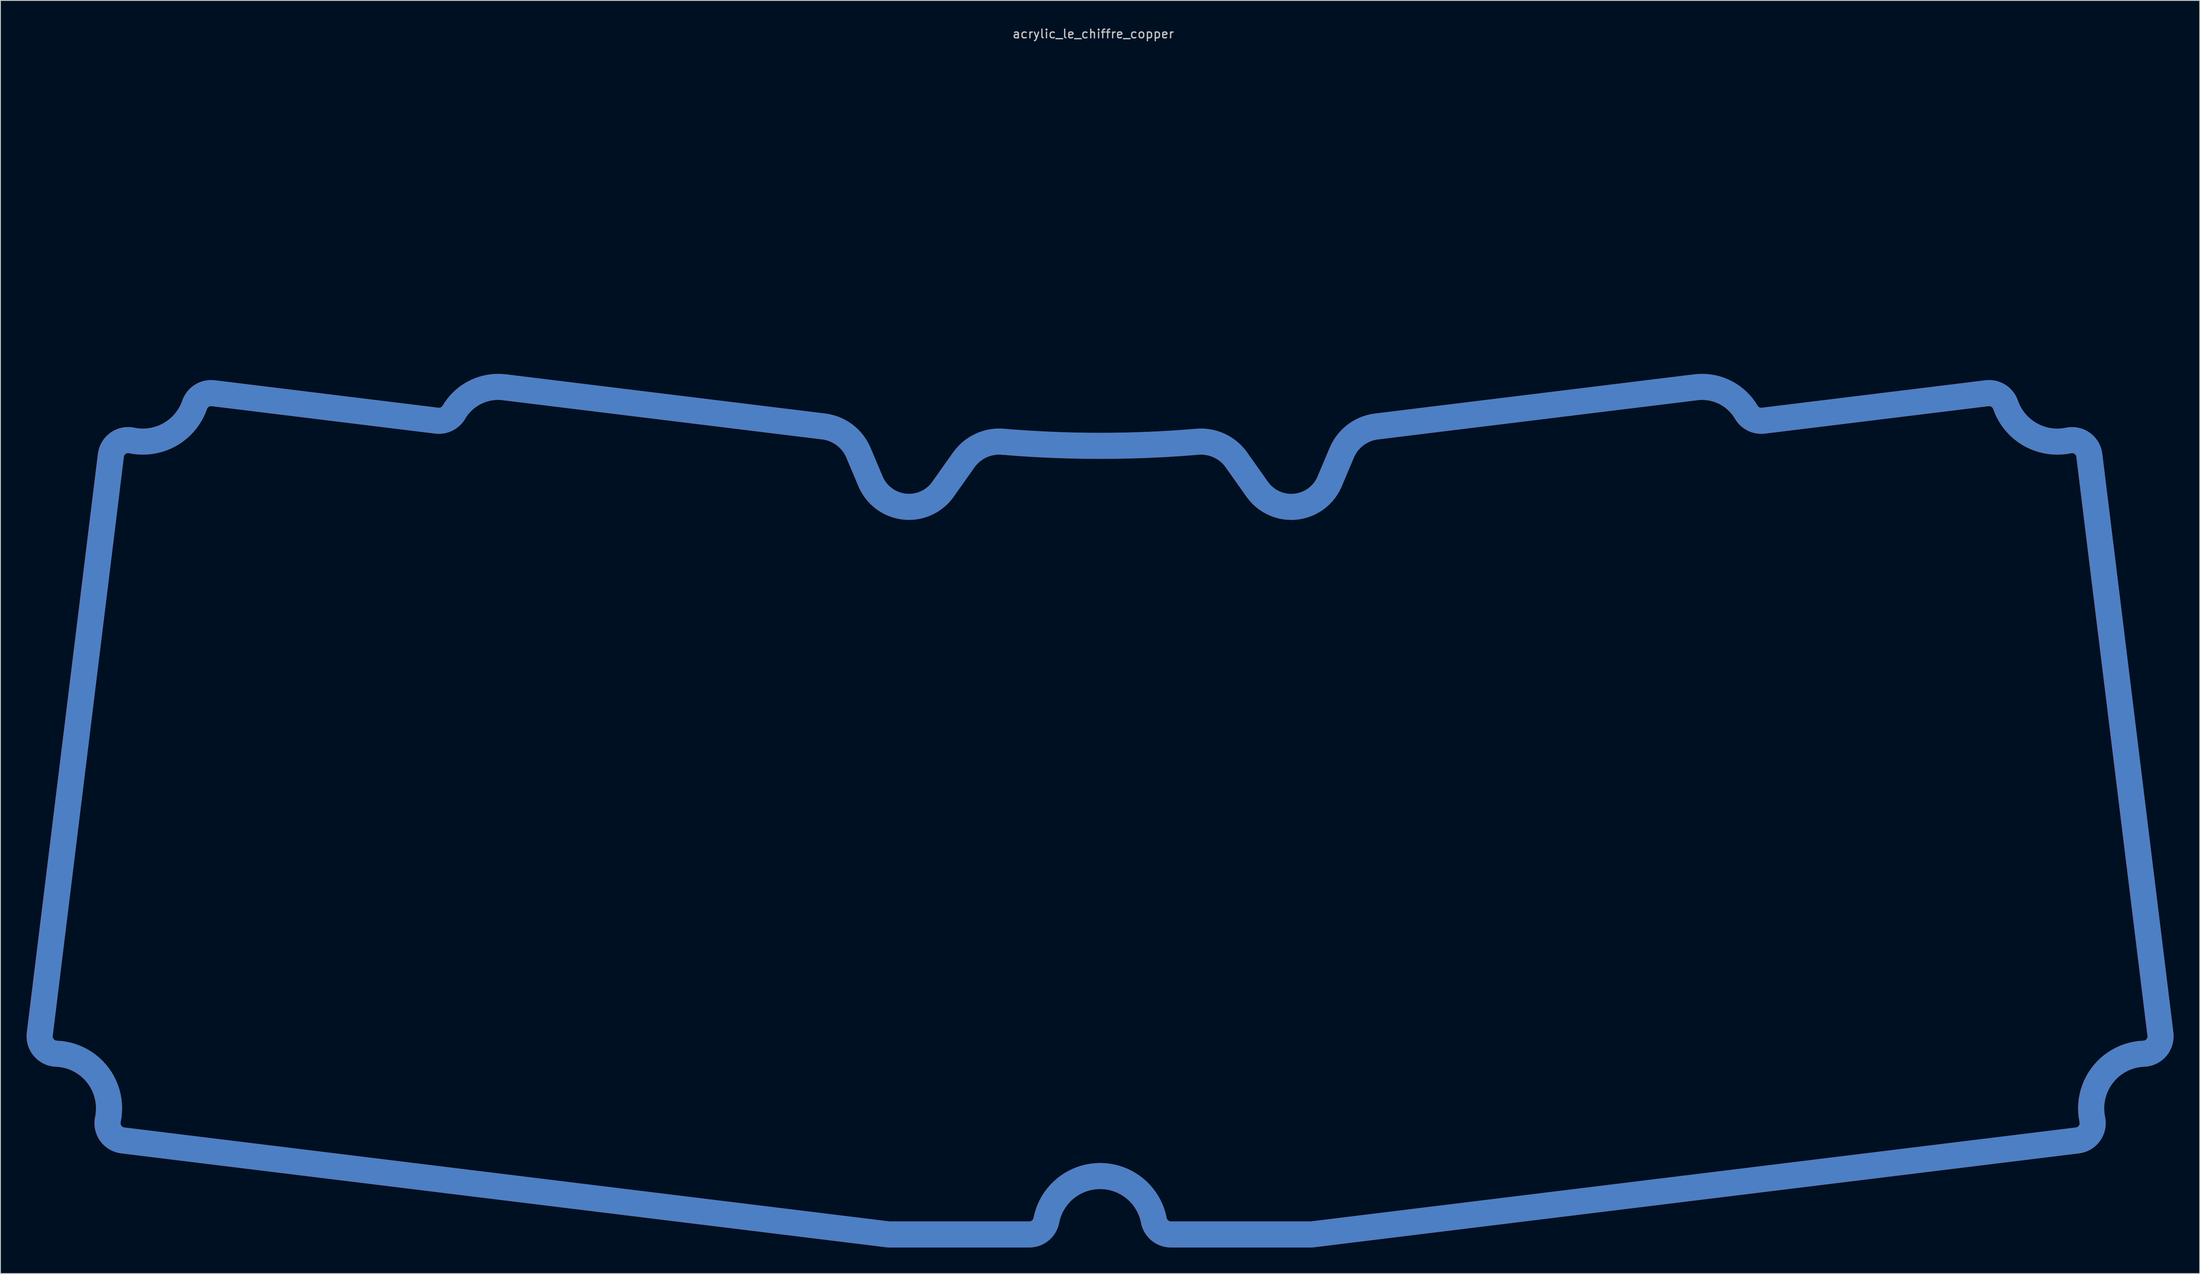
<source format=kicad_pcb>
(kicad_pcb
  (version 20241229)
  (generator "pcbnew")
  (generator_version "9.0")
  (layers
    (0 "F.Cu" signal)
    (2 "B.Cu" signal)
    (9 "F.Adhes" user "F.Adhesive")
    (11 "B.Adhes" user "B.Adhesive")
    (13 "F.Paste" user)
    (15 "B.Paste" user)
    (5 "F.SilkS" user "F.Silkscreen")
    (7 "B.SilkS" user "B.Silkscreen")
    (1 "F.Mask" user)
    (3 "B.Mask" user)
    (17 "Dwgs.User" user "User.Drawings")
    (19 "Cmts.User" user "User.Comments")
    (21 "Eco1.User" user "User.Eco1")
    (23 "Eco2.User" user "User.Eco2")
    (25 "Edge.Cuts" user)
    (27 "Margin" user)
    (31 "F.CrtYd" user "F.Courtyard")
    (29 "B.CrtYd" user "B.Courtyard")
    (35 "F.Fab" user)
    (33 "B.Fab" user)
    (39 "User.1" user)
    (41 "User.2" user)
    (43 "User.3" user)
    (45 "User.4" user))
  (footprint "acrylic_le_chiffre_copper"
    (layer "F.Cu")
    (at 122.439 63.554)
    (property "Reference" "acrylic_le_chiffre_copper" (at 0.338 -62.705 0) (layer "Dwgs.User") (effects (font (size 1 1) (thickness 0.15))))
    (attr through_hole)
    (pad "1" smd custom (at -48.23 -19.657) (size 1.524 1.524) (layers "F.Cu" "F.Mask") (options (anchor circle)) (primitives (gr_arc (start 163.546629 81.952646) (mid 164.748172 76.781572) (end 169.474964 74.364725) (width 3)) (gr_line (start 117.909 -2.358) (end 81.158 2.155) (width 3)) (gr_arc (start 117.90915 -2.357806) (mid 121.242288 -1.791059) (end 123.716997 0.512595) (width 3)) (gr_line (start 17.534 2.155) (end -19.219 -2.358) (width 3)) (gr_arc (start 43.160025 93.55144) (mid 42.469239 94.714132) (end 41.196466 95.171391) (width 3)) (gr_arc (start 31.198897 9.471428) (mid 26.833468 11.380866) (end 22.973341 8.587597) (width 3)) (gr_line (start 151.426 -1.675) (end 125.686 1.486) (width 3)) (gr_arc (start 163.546629 81.952646) (mid 163.215752 83.526641) (end 161.832905 84.348026) (width 3)) (gr_line (start 77.16 5.176) (end 75.738 8.549) (width 3)) (gr_arc (start 33.655336 6.004235) (mid 35.628251 4.359493) (end 38.157417 3.911289) (width 3)) (gr_line (start 73.684 95.171) (end 161.833 84.348) (width 3)) (gr_arc (start 49.267186 4.381943) (mid 43.707355 4.263389) (end 38.157417 3.911289) (width 3)) (gr_arc (start 160.806363 3.76464) (mid 162.380358 4.095517) (end 163.201743 5.478364) (width 3)) (gr_line (start 171.385 72.122) (end 163.202 5.478) (width 3)) (gr_line (start -26.995 1.486) (end -52.736 -1.675) (width 3)) (gr_arc (start 31.198897 9.471429) (mid 31.210556 9.455899) (end 31.222365 9.440482) (width 3)) (gr_arc (start -25.026528 0.512595) (mid -22.551819 -1.791059) (end -19.218682 -2.357806) (width 3)) (gr_line (start 33.655 6.004) (end 31.222 9.44) (width 3)) (gr_arc (start -54.869531 -0.343841) (mid -54.038035 -1.386729) (end -52.735749 -1.674919) (width 3)) (gr_line (start 67.469 9.441) (end 65.04 6.008) (width 3)) (gr_arc (start -54.86953 -0.343841) (mid -57.717319 3.077225) (end -62.115574 3.762021) (width 3)) (gr_arc (start -70.784496 74.364726) (mid -66.057705 76.781573) (end -64.856162 81.952646) (width 3)) (gr_arc (start 57.494003 95.171391) (mid 56.22123 94.714132) (end 55.530443 93.551441) (width 3)) (gr_arc (start -25.026529 0.512595) (mid -25.865414 1.293495) (end -26.995291 1.485612) (width 3)) (gr_arc (start 60.537542 3.912748) (mid 63.067436 4.361642) (end 65.040356 6.007686) (width 3)) (gr_line (start 49.365 4.382) (end 49.267 4.382) (width 3)) (gr_arc (start -64.510953 5.475746) (mid -63.689569 4.092898) (end -62.115574 3.762021) (width 3)) (gr_arc (start 22.955005 8.54823) (mid 22.96428 8.567864) (end 22.973341 8.587597) (width 3)) (gr_line (start -64.511 5.476) (end -72.694 72.122) (width 3)) (gr_line (start 25.007 95.171) (end 41.196 95.171) (width 3)) (gr_arc (start -70.784495 74.364724) (mid -72.23169 73.662892) (end -72.694135 72.12241) (width 3)) (gr_arc (start 43.160025 93.55144) (mid 49.345234 88.448596) (end 55.530443 93.551441) (width 3)) (gr_arc (start -63.142437 84.348027) (mid -64.525285 83.526642) (end -64.856162 81.952646) (width 3)) (gr_arc (start 171.384604 72.122409) (mid 170.922159 73.662892) (end 169.474964 74.364725) (width 3)) (gr_arc (start 160.806364 3.76464) (mid 156.407218 3.079339) (end 153.559651 -0.343158) (width 3)) (gr_arc (start 77.159846 5.175678) (mid 78.753171 3.128118) (end 81.158075 2.154659) (width 3)) (gr_arc (start 75.720103 8.588015) (mid 71.859061 11.383273) (end 67.492327 9.472055) (width 3)) (gr_arc (start 75.720102 8.588013) (mid 75.729159 8.568265) (end 75.73843 8.548617) (width 3)) (gr_arc (start 67.468859 9.441079) (mid 67.480668 9.45651) (end 67.492327 9.472055) (width 3)) (gr_arc (start 17.533733 2.154823) (mid 19.937703 3.127576) (end 21.531052 5.173685) (width 3)) (gr_line (start 22.955 8.548) (end 21.531 5.174) (width 3)) (gr_line (start 57.494 95.171) (end 73.684 95.171) (width 3)) (gr_arc (start 151.425656 -1.674849) (mid 152.728217 -1.386488) (end 153.559651 -0.343158) (width 3)) (gr_arc (start 125.685759 1.485612) (mid 124.555882 1.293495) (end 123.716997 0.512595) (width 3)) (gr_line (start -63.142 84.348) (end 25.007 95.171) (width 3)) (gr_arc (start 60.537543 3.912748) (mid 54.956183 4.265457) (end 49.364903 4.381972) (width 3))))
    (pad "1" smd custom (at -48.209 -19.662) (size 1.524 1.524) (layers "B.Cu" "B.Mask") (options (anchor circle)) (primitives (gr_arc (start 163.546629 81.952646) (mid 164.748172 76.781572) (end 169.474964 74.364725) (width 3)) (gr_line (start 117.909 -2.358) (end 81.158 2.155) (width 3)) (gr_arc (start 117.90915 -2.357806) (mid 121.242288 -1.791059) (end 123.716997 0.512595) (width 3)) (gr_line (start 17.534 2.155) (end -19.219 -2.358) (width 3)) (gr_arc (start 43.160025 93.55144) (mid 42.469239 94.714132) (end 41.196466 95.171391) (width 3)) (gr_arc (start 31.198897 9.471428) (mid 26.833468 11.380866) (end 22.973341 8.587597) (width 3)) (gr_line (start 151.426 -1.675) (end 125.686 1.486) (width 3)) (gr_arc (start 163.546629 81.952646) (mid 163.215752 83.526641) (end 161.832905 84.348026) (width 3)) (gr_line (start 77.16 5.176) (end 75.738 8.549) (width 3)) (gr_arc (start 33.655336 6.004235) (mid 35.628251 4.359493) (end 38.157417 3.911289) (width 3)) (gr_line (start 73.684 95.171) (end 161.833 84.348) (width 3)) (gr_arc (start 49.267186 4.381943) (mid 43.707355 4.263389) (end 38.157417 3.911289) (width 3)) (gr_arc (start 160.806363 3.76464) (mid 162.380358 4.095517) (end 163.201743 5.478364) (width 3)) (gr_line (start 171.385 72.122) (end 163.202 5.478) (width 3)) (gr_line (start -26.995 1.486) (end -52.736 -1.675) (width 3)) (gr_arc (start 31.198897 9.471429) (mid 31.210556 9.455899) (end 31.222365 9.440482) (width 3)) (gr_arc (start -25.026528 0.512595) (mid -22.551819 -1.791059) (end -19.218682 -2.357806) (width 3)) (gr_line (start 33.655 6.004) (end 31.222 9.44) (width 3)) (gr_arc (start -54.869531 -0.343841) (mid -54.038035 -1.386729) (end -52.735749 -1.674919) (width 3)) (gr_line (start 67.469 9.441) (end 65.04 6.008) (width 3)) (gr_arc (start -54.86953 -0.343841) (mid -57.717319 3.077225) (end -62.115574 3.762021) (width 3)) (gr_arc (start -70.784496 74.364726) (mid -66.057705 76.781573) (end -64.856162 81.952646) (width 3)) (gr_arc (start 57.494003 95.171391) (mid 56.22123 94.714132) (end 55.530443 93.551441) (width 3)) (gr_arc (start -25.026529 0.512595) (mid -25.865414 1.293495) (end -26.995291 1.485612) (width 3)) (gr_arc (start 60.537542 3.912748) (mid 63.067436 4.361642) (end 65.040356 6.007686) (width 3)) (gr_line (start 49.365 4.382) (end 49.267 4.382) (width 3)) (gr_arc (start -64.510953 5.475746) (mid -63.689569 4.092898) (end -62.115574 3.762021) (width 3)) (gr_arc (start 22.955005 8.54823) (mid 22.96428 8.567864) (end 22.973341 8.587597) (width 3)) (gr_line (start -64.511 5.476) (end -72.694 72.122) (width 3)) (gr_line (start 25.007 95.171) (end 41.196 95.171) (width 3)) (gr_arc (start -70.784495 74.364724) (mid -72.23169 73.662892) (end -72.694135 72.12241) (width 3)) (gr_arc (start 43.160025 93.55144) (mid 49.345234 88.448596) (end 55.530443 93.551441) (width 3)) (gr_arc (start -63.142437 84.348027) (mid -64.525285 83.526642) (end -64.856162 81.952646) (width 3)) (gr_arc (start 171.384604 72.122409) (mid 170.922159 73.662892) (end 169.474964 74.364725) (width 3)) (gr_arc (start 160.806364 3.76464) (mid 156.407218 3.079339) (end 153.559651 -0.343158) (width 3)) (gr_arc (start 77.159846 5.175678) (mid 78.753171 3.128118) (end 81.158075 2.154659) (width 3)) (gr_arc (start 75.720103 8.588015) (mid 71.859061 11.383273) (end 67.492327 9.472055) (width 3)) (gr_arc (start 75.720102 8.588013) (mid 75.729159 8.568265) (end 75.73843 8.548617) (width 3)) (gr_arc (start 67.468859 9.441079) (mid 67.480668 9.45651) (end 67.492327 9.472055) (width 3)) (gr_arc (start 17.533733 2.154823) (mid 19.937703 3.127576) (end 21.531052 5.173685) (width 3)) (gr_line (start 22.955 8.548) (end 21.531 5.174) (width 3)) (gr_line (start 57.494 95.171) (end 73.684 95.171) (width 3)) (gr_arc (start 151.425656 -1.674849) (mid 152.728217 -1.386488) (end 153.559651 -0.343158) (width 3)) (gr_arc (start 125.685759 1.485612) (mid 124.555882 1.293495) (end 123.716997 0.512595) (width 3)) (gr_line (start -63.142 84.348) (end 25.007 95.171) (width 3)) (gr_arc (start 60.537543 3.912748) (mid 54.956183 4.265457) (end 49.364903 4.381972) (width 3)))))
  (gr_rect
    (start -3 -3)
    (end 250.129 143.568)
    (stroke (width 0.1) (type default))
    (fill no)
    (layer "Edge.Cuts")))
</source>
